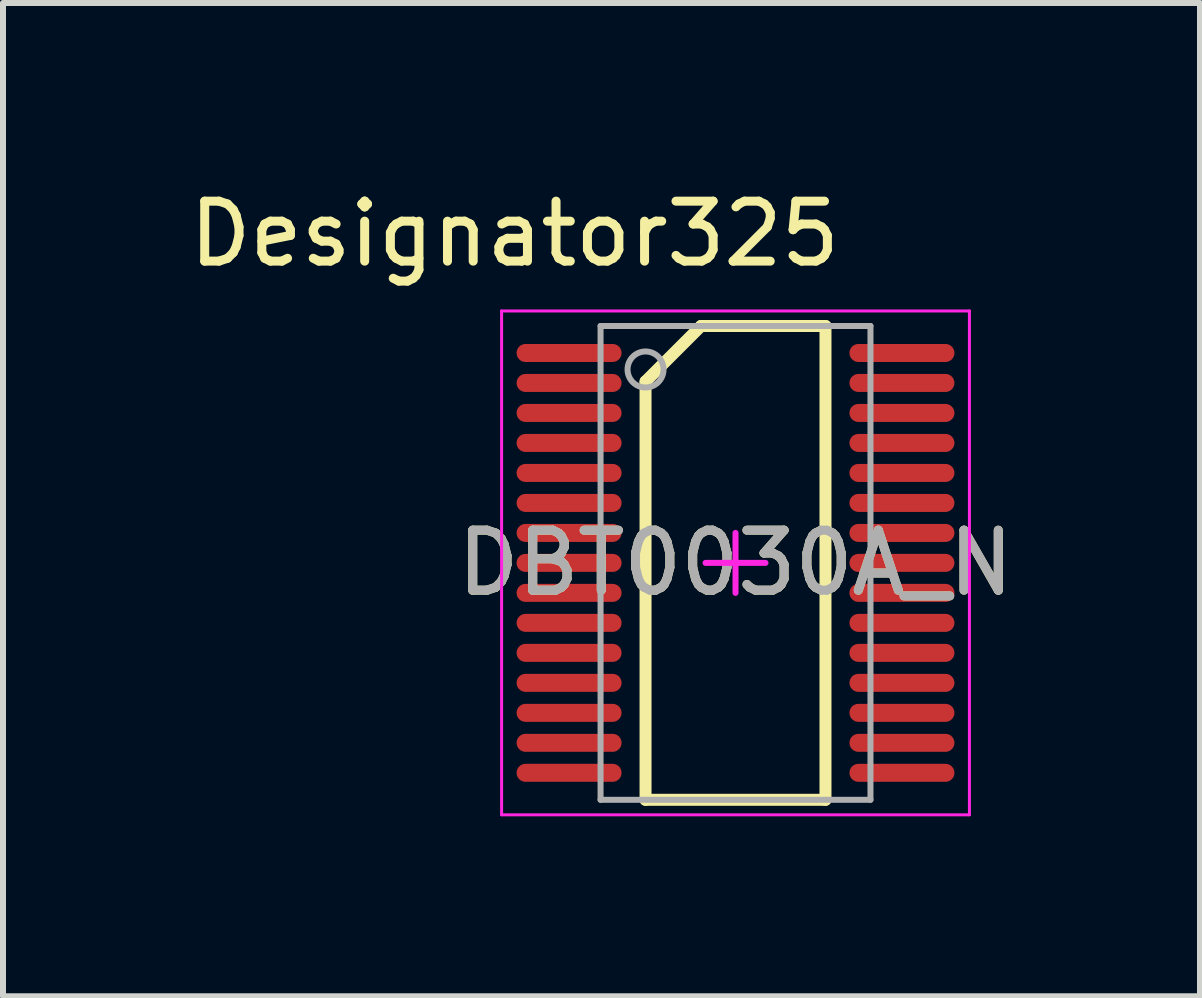
<source format=kicad_pcb>
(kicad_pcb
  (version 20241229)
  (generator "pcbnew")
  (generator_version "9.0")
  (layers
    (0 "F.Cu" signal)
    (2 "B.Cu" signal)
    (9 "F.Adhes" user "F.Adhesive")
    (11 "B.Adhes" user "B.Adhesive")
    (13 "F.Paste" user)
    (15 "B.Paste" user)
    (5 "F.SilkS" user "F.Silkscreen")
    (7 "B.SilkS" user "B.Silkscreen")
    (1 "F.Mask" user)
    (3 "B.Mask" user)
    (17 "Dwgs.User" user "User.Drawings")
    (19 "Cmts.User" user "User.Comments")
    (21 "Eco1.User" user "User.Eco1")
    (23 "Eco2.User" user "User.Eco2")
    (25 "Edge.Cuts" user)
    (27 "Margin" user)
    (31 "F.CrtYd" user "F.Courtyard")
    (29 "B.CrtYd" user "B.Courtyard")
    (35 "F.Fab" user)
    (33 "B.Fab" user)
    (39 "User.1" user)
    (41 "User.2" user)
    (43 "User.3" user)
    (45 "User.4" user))
  (footprint "DBT0030A_N"
    (layer "F.Cu")
    (at 9.213 6.335)
    (property "Reference" "DBT0030A_N" (at 0 0 0) (unlocked yes) (layer "F.SilkS") (effects (font (size 1 1) (thickness 0.15))))
    (attr smd)
    (fp_line (start -1.5 -3.025) (end -0.575 -3.95) (stroke (width 0.2) (type solid)) (layer "F.SilkS"))
    (fp_line (start -1.5 3.95) (end -1.5 -3.025) (stroke (width 0.2) (type solid)) (layer "F.SilkS"))
    (fp_line (start -1.5 3.95) (end 1.5 3.95) (stroke (width 0.2) (type solid)) (layer "F.SilkS"))
    (fp_line (start -0.575 -3.95) (end 1.5 -3.95) (stroke (width 0.2) (type solid)) (layer "F.SilkS"))
    (fp_line (start 1.5 3.95) (end 1.5 -3.95) (stroke (width 0.2) (type solid)) (layer "F.SilkS"))
    (fp_line (start -3.9 -4.2) (end 3.9 -4.2) (stroke (width 0.05) (type solid)) (layer "F.CrtYd"))
    (fp_line (start -3.9 4.2) (end -3.9 -4.2) (stroke (width 0.05) (type solid)) (layer "F.CrtYd"))
    (fp_line (start -3.9 4.2) (end 3.9 4.2) (stroke (width 0.05) (type solid)) (layer "F.CrtYd"))
    (fp_line (start -0.5 0) (end 0.5 0) (stroke (width 0.1) (type solid)) (layer "F.CrtYd"))
    (fp_line (start 0.000003 0.5) (end 0.000003 -0.5) (stroke (width 0.1) (type solid)) (layer "F.CrtYd"))
    (fp_line (start 3.9 4.2) (end 3.9 -4.2) (stroke (width 0.05) (type solid)) (layer "F.CrtYd"))
    (fp_line (start -2.25 -3.95) (end 2.25 -3.95) (stroke (width 0.1) (type solid)) (layer "F.Fab"))
    (fp_line (start -2.25 3.95) (end -2.25 -3.95) (stroke (width 0.1) (type solid)) (layer "F.Fab"))
    (fp_line (start -2.25 3.95) (end 2.25 3.95) (stroke (width 0.1) (type solid)) (layer "F.Fab"))
    (fp_line (start 2.25 3.95) (end 2.25 -3.95) (stroke (width 0.1) (type solid)) (layer "F.Fab"))
    (fp_circle (center -1.5 -3.225) (end -1.2 -3.225) (stroke (width 0.1) (type solid)) (fill no) (layer "F.Fab"))
    (fp_text user "Designator325" (at -3.683 -5.486 0) (unlocked yes) (layer "F.SilkS") (effects (font (size 1 1) (thickness 0.15))))
    (fp_text user "${REFERENCE}" (at 0 0 0) (unlocked yes) (layer "F.Fab") (effects (font (size 1 1) (thickness 0.15))))
    (pad "1" smd oval (at -2.775 -3.5 90) (size 0.3 1.75) (layers "F.Cu" "F.Mask" "F.Paste"))
    (pad "2" smd oval (at -2.775 -3 90) (size 0.3 1.75) (layers "F.Cu" "F.Mask" "F.Paste"))
    (pad "3" smd oval (at -2.775 -2.5 90) (size 0.3 1.75) (layers "F.Cu" "F.Mask" "F.Paste"))
    (pad "4" smd oval (at -2.775 -2 90) (size 0.3 1.75) (layers "F.Cu" "F.Mask" "F.Paste"))
    (pad "5" smd oval (at -2.775 -1.5 90) (size 0.3 1.75) (layers "F.Cu" "F.Mask" "F.Paste"))
    (pad "6" smd oval (at -2.775 -1 90) (size 0.3 1.75) (layers "F.Cu" "F.Mask" "F.Paste"))
    (pad "7" smd oval (at -2.775 -0.5 90) (size 0.3 1.75) (layers "F.Cu" "F.Mask" "F.Paste"))
    (pad "8" smd oval (at -2.775 0 90) (size 0.3 1.75) (layers "F.Cu" "F.Mask" "F.Paste"))
    (pad "9" smd oval (at -2.775 0.5 90) (size 0.3 1.75) (layers "F.Cu" "F.Mask" "F.Paste"))
    (pad "10" smd oval (at -2.775 1 90) (size 0.3 1.75) (layers "F.Cu" "F.Mask" "F.Paste"))
    (pad "11" smd oval (at -2.775 1.5 90) (size 0.3 1.75) (layers "F.Cu" "F.Mask" "F.Paste"))
    (pad "12" smd oval (at -2.775 2 90) (size 0.3 1.75) (layers "F.Cu" "F.Mask" "F.Paste"))
    (pad "13" smd oval (at -2.775 2.5 90) (size 0.3 1.75) (layers "F.Cu" "F.Mask" "F.Paste"))
    (pad "14" smd oval (at -2.775 3 90) (size 0.3 1.75) (layers "F.Cu" "F.Mask" "F.Paste"))
    (pad "15" smd oval (at -2.775 3.5 90) (size 0.3 1.75) (layers "F.Cu" "F.Mask" "F.Paste"))
    (pad "16" smd oval (at 2.775 3.5 90) (size 0.3 1.75) (layers "F.Cu" "F.Mask" "F.Paste"))
    (pad "17" smd oval (at 2.775 3 90) (size 0.3 1.75) (layers "F.Cu" "F.Mask" "F.Paste"))
    (pad "18" smd oval (at 2.775 2.5 90) (size 0.3 1.75) (layers "F.Cu" "F.Mask" "F.Paste"))
    (pad "19" smd oval (at 2.775 2 90) (size 0.3 1.75) (layers "F.Cu" "F.Mask" "F.Paste"))
    (pad "20" smd oval (at 2.775 1.5 90) (size 0.3 1.75) (layers "F.Cu" "F.Mask" "F.Paste"))
    (pad "21" smd oval (at 2.775 1 90) (size 0.3 1.75) (layers "F.Cu" "F.Mask" "F.Paste"))
    (pad "22" smd oval (at 2.775 0.5 90) (size 0.3 1.75) (layers "F.Cu" "F.Mask" "F.Paste"))
    (pad "23" smd oval (at 2.775 0 90) (size 0.3 1.75) (layers "F.Cu" "F.Mask" "F.Paste"))
    (pad "24" smd oval (at 2.775 -0.5 90) (size 0.3 1.75) (layers "F.Cu" "F.Mask" "F.Paste"))
    (pad "25" smd oval (at 2.775 -1 90) (size 0.3 1.75) (layers "F.Cu" "F.Mask" "F.Paste"))
    (pad "26" smd oval (at 2.775 -1.5 90) (size 0.3 1.75) (layers "F.Cu" "F.Mask" "F.Paste"))
    (pad "27" smd oval (at 2.775 -2 90) (size 0.3 1.75) (layers "F.Cu" "F.Mask" "F.Paste"))
    (pad "28" smd oval (at 2.775 -2.5 90) (size 0.3 1.75) (layers "F.Cu" "F.Mask" "F.Paste"))
    (pad "29" smd oval (at 2.775 -3 90) (size 0.3 1.75) (layers "F.Cu" "F.Mask" "F.Paste"))
    (pad "30" smd oval (at 2.775 -3.5 90) (size 0.3 1.75) (layers "F.Cu" "F.Mask" "F.Paste")))
  (gr_rect
    (start -3 -3)
    (end 16.957 13.56)
    (stroke (width 0.1) (type default))
    (fill no)
    (layer "Edge.Cuts")))
</source>
